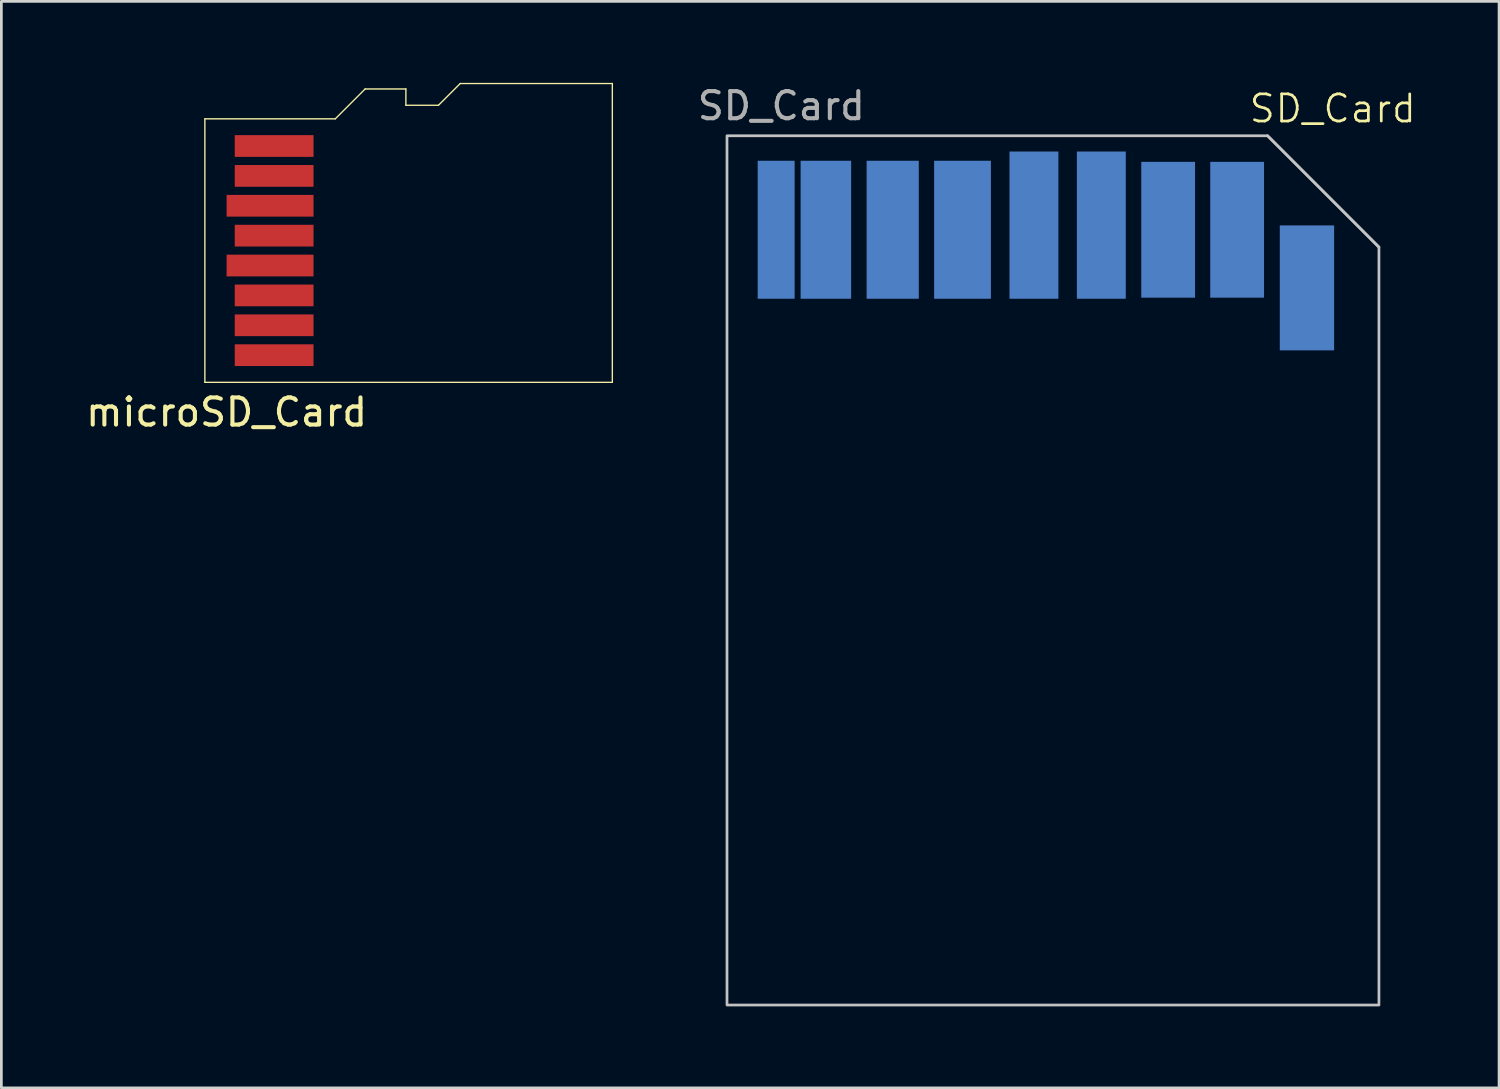
<source format=kicad_pcb>
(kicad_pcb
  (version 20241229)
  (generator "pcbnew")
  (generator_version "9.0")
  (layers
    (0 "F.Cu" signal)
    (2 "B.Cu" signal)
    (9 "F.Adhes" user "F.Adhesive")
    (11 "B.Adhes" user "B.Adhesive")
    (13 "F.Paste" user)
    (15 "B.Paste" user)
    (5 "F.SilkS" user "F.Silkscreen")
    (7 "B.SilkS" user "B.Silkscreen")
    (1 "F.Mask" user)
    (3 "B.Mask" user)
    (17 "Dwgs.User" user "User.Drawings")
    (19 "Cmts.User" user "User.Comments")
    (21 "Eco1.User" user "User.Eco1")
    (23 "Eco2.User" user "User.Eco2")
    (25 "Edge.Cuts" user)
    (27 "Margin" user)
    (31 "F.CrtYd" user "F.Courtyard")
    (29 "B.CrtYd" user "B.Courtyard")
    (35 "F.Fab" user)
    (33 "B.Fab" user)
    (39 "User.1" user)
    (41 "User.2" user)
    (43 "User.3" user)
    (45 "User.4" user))
  (footprint "microSD_Card"
    (layer "F.Cu")
    (at 11.992 6.125)
    (property "Reference" "microSD_Card" (at -6.7 6 0) (layer "F.SilkS") (effects (font (size 1 1) (thickness 0.15))))
    (attr through_hole)
    (fp_line (start -7.5 -4.8) (end -7.5 4.9) (stroke (width 0.05) (type solid)) (layer "F.SilkS"))
    (fp_line (start -2.7 -4.8) (end -7.5 -4.8) (stroke (width 0.05) (type solid)) (layer "F.SilkS"))
    (fp_line (start -2.7 -4.8) (end -1.6 -5.9) (stroke (width 0.05) (type solid)) (layer "F.SilkS"))
    (fp_line (start -0.1 -5.9) (end -1.6 -5.9) (stroke (width 0.05) (type solid)) (layer "F.SilkS"))
    (fp_line (start -0.1 -5.9) (end -0.1 -5.3) (stroke (width 0.05) (type solid)) (layer "F.SilkS"))
    (fp_line (start 1.1 -5.3) (end -0.1 -5.3) (stroke (width 0.05) (type solid)) (layer "F.SilkS"))
    (fp_line (start 1.1 -5.3) (end 1.9 -6.1) (stroke (width 0.05) (type solid)) (layer "F.SilkS"))
    (fp_line (start 1.9 -6.1) (end 7.5 -6.1) (stroke (width 0.05) (type solid)) (layer "F.SilkS"))
    (fp_line (start 7.5 -6.1) (end 7.5 4.9) (stroke (width 0.05) (type solid)) (layer "F.SilkS"))
    (fp_line (start 7.5 4.9) (end -7.5 4.9) (stroke (width 0.05) (type solid)) (layer "F.SilkS"))
    (pad "1" smd rect (at -4.95 -3.8 270) (size 0.8 2.9) (layers "F.Cu" "F.Mask" "F.Paste"))
    (pad "2" smd rect (at -4.95 -2.7 270) (size 0.8 2.9) (layers "F.Cu" "F.Mask" "F.Paste"))
    (pad "3" smd rect (at -5.1 -1.6 270) (size 0.8 3.2) (layers "F.Cu" "F.Mask" "F.Paste"))
    (pad "4" smd rect (at -4.95 -0.5 270) (size 0.8 2.9) (layers "F.Cu" "F.Mask" "F.Paste"))
    (pad "5" smd rect (at -5.1 0.6 270) (size 0.8 3.2) (layers "F.Cu" "F.Mask" "F.Paste"))
    (pad "6" smd rect (at -4.95 1.7 270) (size 0.8 2.9) (layers "F.Cu" "F.Mask" "F.Paste"))
    (pad "7" smd rect (at -4.95 2.8 270) (size 0.8 2.9) (layers "F.Cu" "F.Mask" "F.Paste"))
    (pad "8" smd rect (at -4.95 3.9 270) (size 0.8 2.9) (layers "F.Cu" "F.Mask" "F.Paste")))
  (footprint "SD_Card"
    (layer "F.Cu")
    (at 23.713 1.948)
    (property "Reference" "SD_Card" (at 22.3 -1 0) (unlocked yes) (layer "F.SilkS") (effects (font (size 1 1) (thickness 0.1))))
    (attr smd)
    (fp_line (start 19.9 0) (end 24 4.1) (stroke (width 0.1) (type default)) (layer "Dwgs.User"))
    (fp_poly (pts (xy 24 4.1) (xy 19.9 0) (xy 0 0) (xy 0 32) (xy 24 32)) (stroke (width 0.1) (type solid)) (fill no) (layer "Dwgs.User"))
    (fp_text user "${REFERENCE}" (at 2 -1.1 0) (unlocked yes) (layer "F.Fab") (effects (font (size 1 1) (thickness 0.15))))
    (pad "1" smd rect (at 18.78 3.46) (size 1.98 5) (layers "B.Cu" "B.Mask"))
    (pad "2" smd rect (at 16.24 3.46) (size 1.98 5) (layers "B.Cu" "B.Mask"))
    (pad "3" smd rect (at 13.78 3.29) (size 1.8 5.42) (layers "B.Cu" "B.Mask"))
    (pad "4" smd rect (at 11.3 3.29) (size 1.8 5.42) (layers "B.Cu" "B.Mask"))
    (pad "5" smd rect (at 8.67 3.46) (size 2.09 5.08) (layers "B.Cu" "B.Mask"))
    (pad "6" smd rect (at 6.1 3.46) (size 1.92 5.08) (layers "B.Cu" "B.Mask"))
    (pad "7" smd rect (at 3.64 3.46) (size 1.86 5.08) (layers "B.Cu" "B.Mask"))
    (pad "8" smd rect (at 1.81 3.46) (size 1.36 5.08) (layers "B.Cu" "B.Mask"))
    (pad "9" smd rect (at 21.35 5.6) (size 2 4.6) (layers "B.Cu" "B.Mask")))
  (gr_rect
    (start -3 -3)
    (end 52.135 36.998)
    (stroke (width 0.1) (type default))
    (fill no)
    (layer "Edge.Cuts")))
</source>
